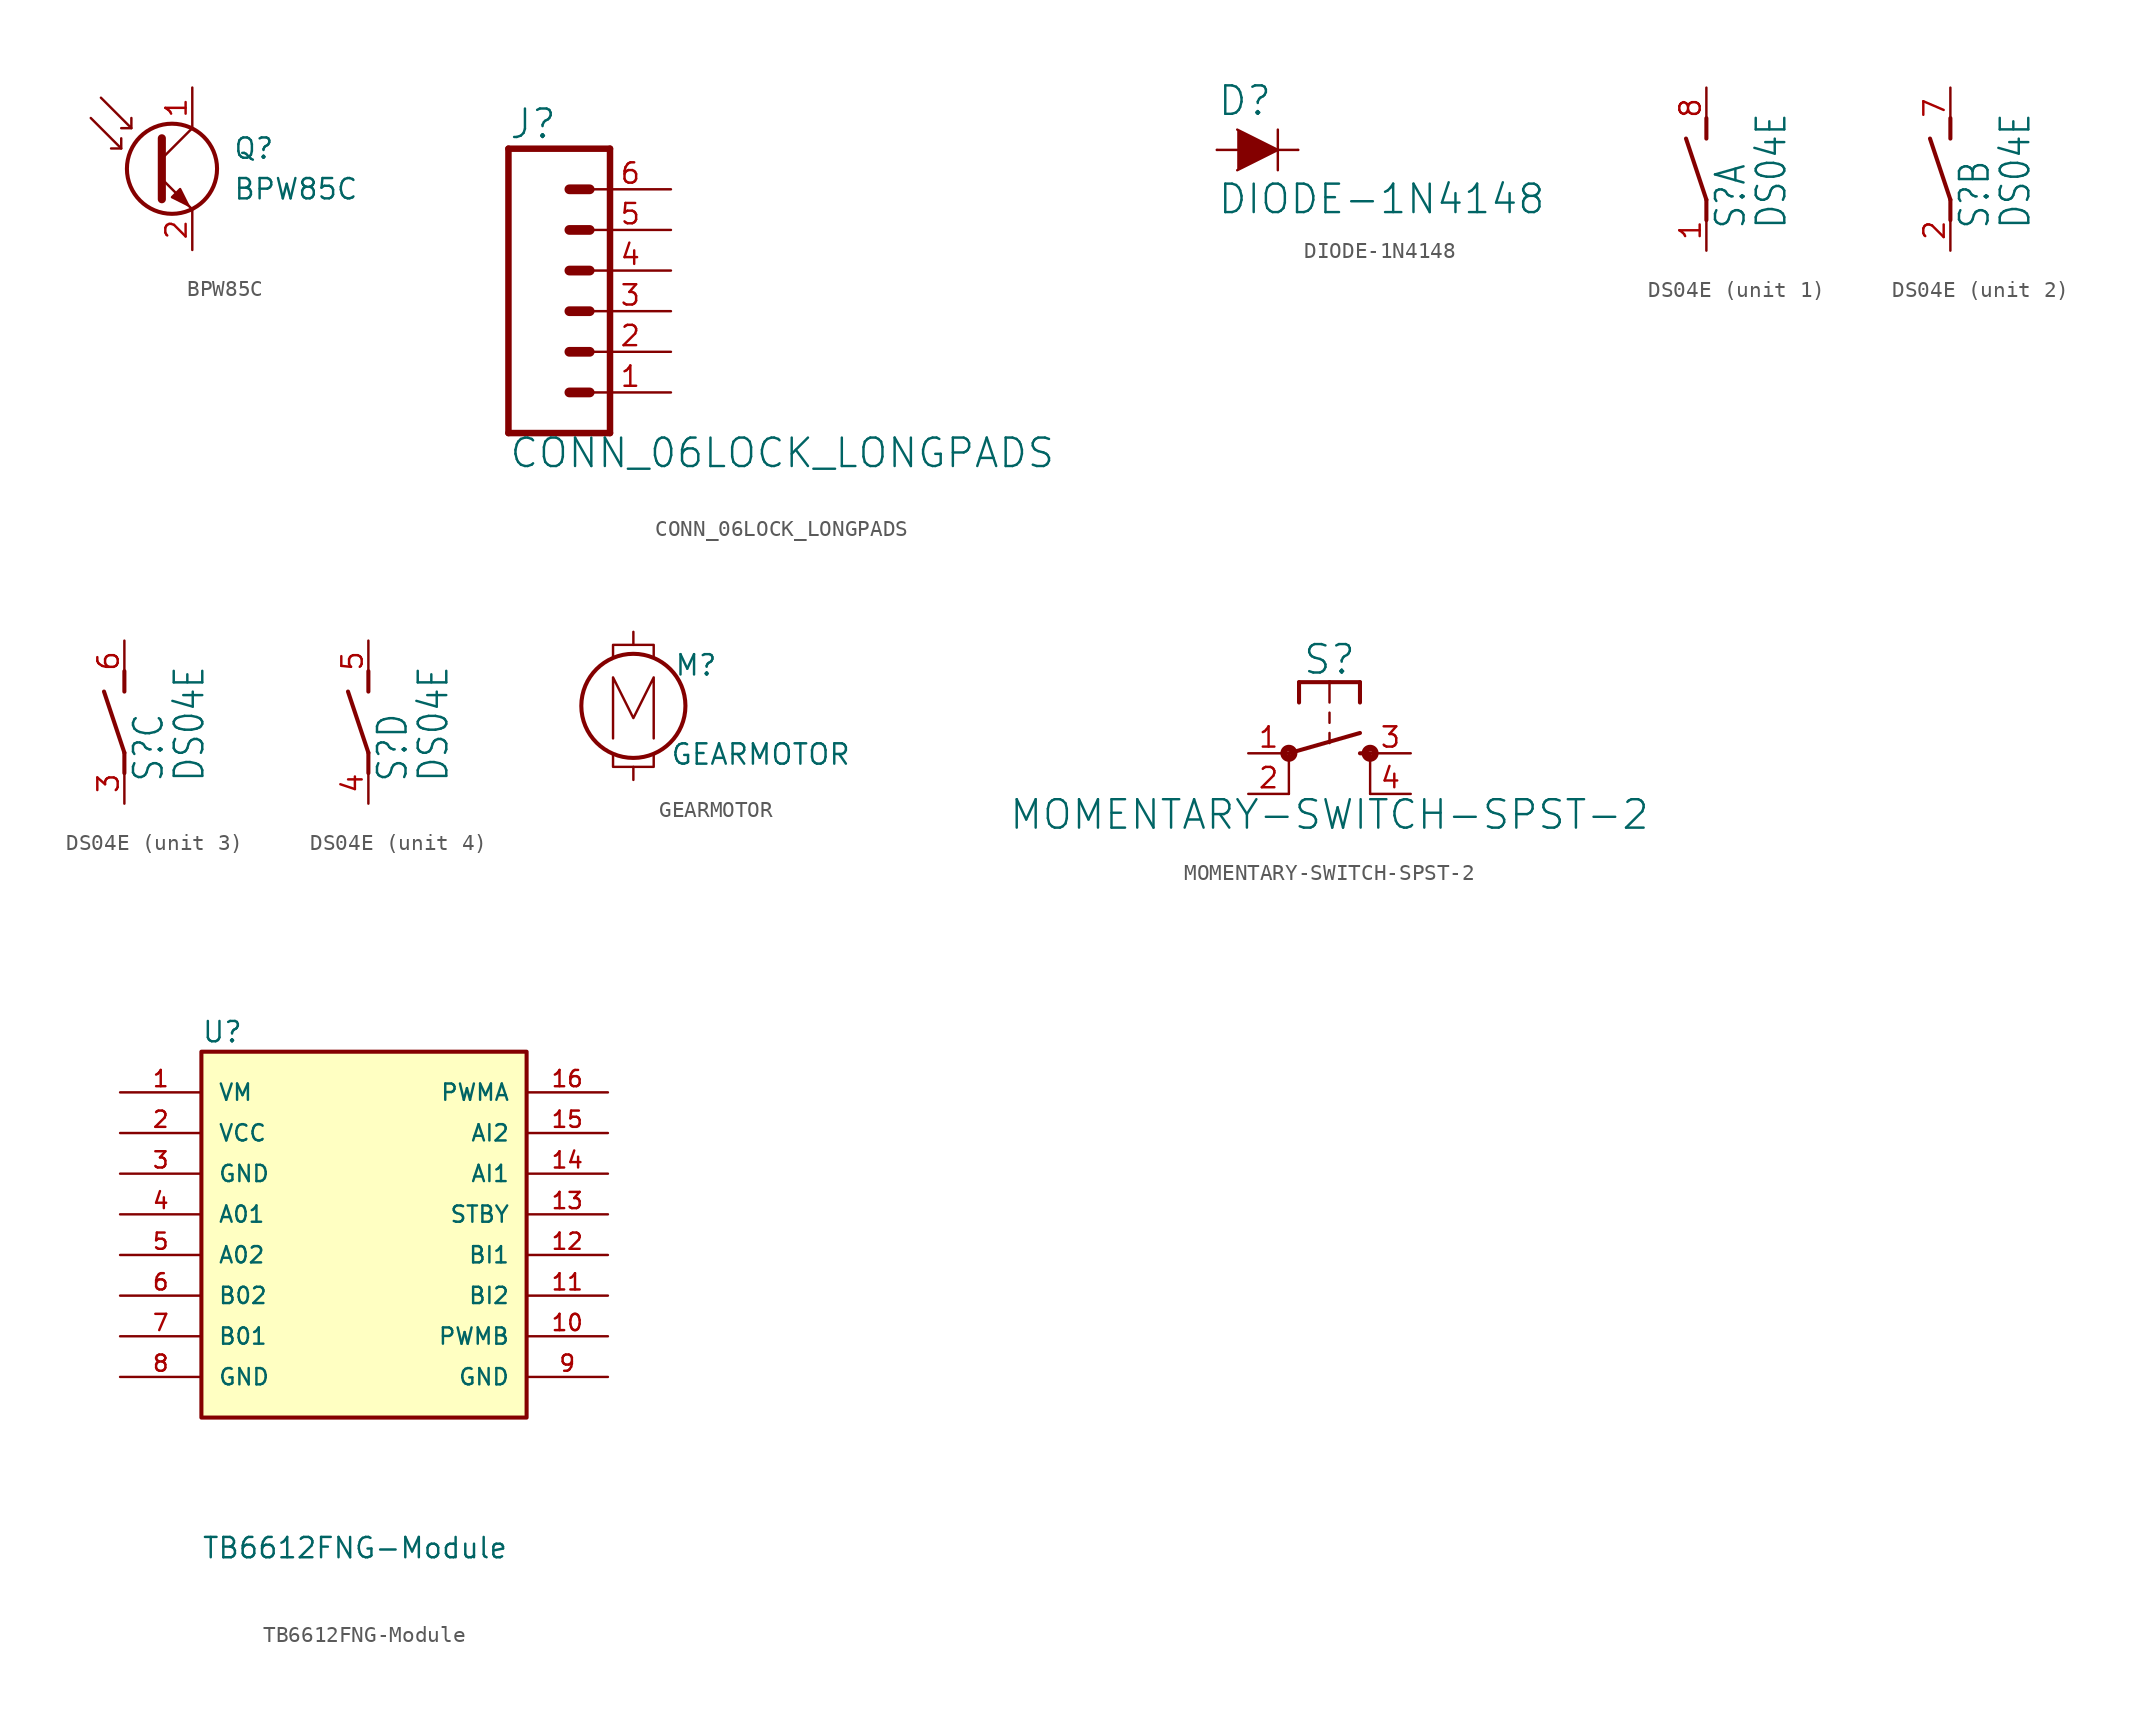
<source format=kicad_sym>
(kicad_symbol_lib
  (version 20211014)
  (generator kicad_symbol_editor)
  (symbol "BPW85C"
    (pin_names
      (offset 0) hide)
    (property "Reference" "Q"
      (at 5.08 1.27 0)
      (effects (font (size 1.27 1.27)) (justify left)))
    (property "Value" "BPW85C"
      (at 5.08 -1.27 0)
      (effects (font (size 1.27 1.27)) (justify left)))
    (symbol "BPW85C_0_1"
      (polyline (pts (xy -1.905 1.27) (xy -2.54 1.27)) (stroke (width 0) (type default) (color 0 0 0 0)) (fill (type none)))
      (polyline (pts (xy -1.27 2.54) (xy -1.905 2.54)) (stroke (width 0) (type default) (color 0 0 0 0)) (fill (type none)))
      (polyline (pts (xy 0.635 0.635) (xy 2.54 2.54)) (stroke (width 0) (type default) (color 0 0 0 0)) (fill (type none)))
      (polyline (pts (xy -3.81 3.175) (xy -1.905 1.27) (xy -1.905 1.905)) (stroke (width 0) (type default) (color 0 0 0 0)) (fill (type none)))
      (polyline (pts (xy -3.175 4.445) (xy -1.27 2.54) (xy -1.27 3.175)) (stroke (width 0) (type default) (color 0 0 0 0)) (fill (type none)))
      (polyline (pts (xy 0.635 -0.635) (xy 2.54 -2.54) (xy 2.54 -2.54)) (stroke (width 0) (type default) (color 0 0 0 0)) (fill (type none)))
      (polyline (pts (xy 0.635 1.905) (xy 0.635 -1.905) (xy 0.635 -1.905)) (stroke (width 0.508) (type default) (color 0 0 0 0)) (fill (type none)))
      (polyline (pts (xy 1.27 -1.778) (xy 1.778 -1.27) (xy 2.286 -2.286) (xy 1.27 -1.778) (xy 1.27 -1.778)) (stroke (width 0) (type default) (color 0 0 0 0)) (fill (type outline)))
      (circle (center 1.27 0) (radius 2.819) (stroke (width 0.254) (type default) (color 0 0 0 0)) (fill (type none))))
    (symbol "BPW85C_1_1"
      (pin passive line (at 2.54 5.08 270) (length 2.54) (name "C" (effects (font (size 1.27 1.27)))) (number "1" (effects (font (size 1.27 1.27)))))
      (pin passive line (at 2.54 -5.08 90) (length 2.54) (name "E" (effects (font (size 1.27 1.27)))) (number "2" (effects (font (size 1.27 1.27)))))))
  (symbol "CONN_06LOCK_LONGPADS"
    (property "Reference" "J"
      (at -5.08 10.668 0)
      (effects (font (size 1.778 1.778)) (justify left bottom)))
    (property "Value" "CONN_06LOCK_LONGPADS"
      (at -5.08 -9.906 0)
      (effects (font (size 1.778 1.778)) (justify left bottom)))
    (property "ki_locked" ""
      (at 0 0 0)
      (effects (font (size 1.27 1.27))))
    (symbol "CONN_06LOCK_LONGPADS_1_0"
      (polyline (pts (xy -5.08 10.16) (xy -5.08 -7.62)) (stroke (width 0.406) (type default) (color 0 0 0 0)) (fill (type none)))
      (polyline (pts (xy -5.08 10.16) (xy 1.27 10.16)) (stroke (width 0.406) (type default) (color 0 0 0 0)) (fill (type none)))
      (polyline (pts (xy -1.27 -5.08) (xy 0 -5.08)) (stroke (width 0.61) (type default) (color 0 0 0 0)) (fill (type none)))
      (polyline (pts (xy -1.27 -2.54) (xy 0 -2.54)) (stroke (width 0.61) (type default) (color 0 0 0 0)) (fill (type none)))
      (polyline (pts (xy -1.27 0) (xy 0 0)) (stroke (width 0.61) (type default) (color 0 0 0 0)) (fill (type none)))
      (polyline (pts (xy -1.27 2.54) (xy 0 2.54)) (stroke (width 0.61) (type default) (color 0 0 0 0)) (fill (type none)))
      (polyline (pts (xy -1.27 5.08) (xy 0 5.08)) (stroke (width 0.61) (type default) (color 0 0 0 0)) (fill (type none)))
      (polyline (pts (xy -1.27 7.62) (xy 0 7.62)) (stroke (width 0.61) (type default) (color 0 0 0 0)) (fill (type none)))
      (polyline (pts (xy 1.27 -7.62) (xy -5.08 -7.62)) (stroke (width 0.406) (type default) (color 0 0 0 0)) (fill (type none)))
      (polyline (pts (xy 1.27 -7.62) (xy 1.27 10.16)) (stroke (width 0.406) (type default) (color 0 0 0 0)) (fill (type none)))
      (pin passive line (at 5.08 -5.08 180) (length 5.08) (name "1" (effects (font (size 0 0)))) (number "1" (effects (font (size 1.27 1.27)))))
      (pin passive line (at 5.08 -2.54 180) (length 5.08) (name "2" (effects (font (size 0 0)))) (number "2" (effects (font (size 1.27 1.27)))))
      (pin passive line (at 5.08 0 180) (length 5.08) (name "3" (effects (font (size 0 0)))) (number "3" (effects (font (size 1.27 1.27)))))
      (pin passive line (at 5.08 2.54 180) (length 5.08) (name "4" (effects (font (size 0 0)))) (number "4" (effects (font (size 1.27 1.27)))))
      (pin passive line (at 5.08 5.08 180) (length 5.08) (name "5" (effects (font (size 0 0)))) (number "5" (effects (font (size 1.27 1.27)))))
      (pin passive line (at 5.08 7.62 180) (length 5.08) (name "6" (effects (font (size 0 0)))) (number "6" (effects (font (size 1.27 1.27)))))))
  (symbol "DIODE-1N4148"
    (property "Reference" "D"
      (at -2.54 2.032 0)
      (effects (font (size 1.778 1.778)) (justify left bottom)))
    (property "Value" "DIODE-1N4148"
      (at -2.54 -2.032 0)
      (effects (font (size 1.778 1.778)) (justify left top)))
    (property "ki_locked" ""
      (at 0 0 0)
      (effects (font (size 1.27 1.27))))
    (symbol "DIODE-1N4148_1_0"
      (polyline (pts (xy -2.54 0) (xy -1.27 0)) (stroke (width 0.152) (type default) (color 0 0 0 0)) (fill (type none)))
      (polyline (pts (xy 1.27 0) (xy 1.27 -1.27)) (stroke (width 0.152) (type default) (color 0 0 0 0)) (fill (type none)))
      (polyline (pts (xy 1.27 1.27) (xy 1.27 0)) (stroke (width 0.152) (type default) (color 0 0 0 0)) (fill (type none)))
      (polyline (pts (xy 2.54 0) (xy 1.27 0)) (stroke (width 0.152) (type default) (color 0 0 0 0)) (fill (type none)))
      (polyline (pts (xy -1.27 1.27) (xy 1.27 0) (xy -1.27 -1.27)) (stroke (width 0) (type default) (color 0 0 0 0)) (fill (type outline)))
      (pin passive line (at -2.54 0 0) (length 0) (name "A" (effects (font (size 0 0)))) (number "A" (effects (font (size 0 0)))))
      (pin passive line (at 2.54 0 180) (length 0) (name "C" (effects (font (size 0 0)))) (number "C" (effects (font (size 0 0)))))))
  (symbol "DS04E"
    (property "Reference" "S"
      (at 2.54 -3.81 90)
      (effects (font (size 1.778 1.511)) (justify left bottom)))
    (property "Value" "DS04E"
      (at 5.08 -3.81 90)
      (effects (font (size 1.778 1.511)) (justify left bottom)))
    (property "ki_locked" ""
      (at 0 0 0)
      (effects (font (size 1.27 1.27))))
    (symbol "DS04E_1_0"
      (polyline (pts (xy 0 -3.175) (xy 0 -1.905)) (stroke (width 0.254) (type default) (color 0 0 0 0)) (fill (type none)))
      (polyline (pts (xy 0 -1.905) (xy -1.27 1.905)) (stroke (width 0.254) (type default) (color 0 0 0 0)) (fill (type none)))
      (polyline (pts (xy 0 1.905) (xy 0 3.175)) (stroke (width 0.254) (type default) (color 0 0 0 0)) (fill (type none)))
      (pin passive line (at 0 -5.08 90) (length 2.54) (name "1" (effects (font (size 0 0)))) (number "1" (effects (font (size 1.27 1.27)))))
      (pin passive line (at 0 5.08 270) (length 2.54) (name "2" (effects (font (size 0 0)))) (number "8" (effects (font (size 1.27 1.27))))))
    (symbol "DS04E_2_0"
      (polyline (pts (xy 0 -3.175) (xy 0 -1.905)) (stroke (width 0.254) (type default) (color 0 0 0 0)) (fill (type none)))
      (polyline (pts (xy 0 -1.905) (xy -1.27 1.905)) (stroke (width 0.254) (type default) (color 0 0 0 0)) (fill (type none)))
      (polyline (pts (xy 0 1.905) (xy 0 3.175)) (stroke (width 0.254) (type default) (color 0 0 0 0)) (fill (type none)))
      (pin passive line (at 0 -5.08 90) (length 2.54) (name "1" (effects (font (size 0 0)))) (number "2" (effects (font (size 1.27 1.27)))))
      (pin passive line (at 0 5.08 270) (length 2.54) (name "2" (effects (font (size 0 0)))) (number "7" (effects (font (size 1.27 1.27))))))
    (symbol "DS04E_3_0"
      (polyline (pts (xy 0 -3.175) (xy 0 -1.905)) (stroke (width 0.254) (type default) (color 0 0 0 0)) (fill (type none)))
      (polyline (pts (xy 0 -1.905) (xy -1.27 1.905)) (stroke (width 0.254) (type default) (color 0 0 0 0)) (fill (type none)))
      (polyline (pts (xy 0 1.905) (xy 0 3.175)) (stroke (width 0.254) (type default) (color 0 0 0 0)) (fill (type none)))
      (pin passive line (at 0 -5.08 90) (length 2.54) (name "1" (effects (font (size 0 0)))) (number "3" (effects (font (size 1.27 1.27)))))
      (pin passive line (at 0 5.08 270) (length 2.54) (name "2" (effects (font (size 0 0)))) (number "6" (effects (font (size 1.27 1.27))))))
    (symbol "DS04E_4_0"
      (polyline (pts (xy 0 -3.175) (xy 0 -1.905)) (stroke (width 0.254) (type default) (color 0 0 0 0)) (fill (type none)))
      (polyline (pts (xy 0 -1.905) (xy -1.27 1.905)) (stroke (width 0.254) (type default) (color 0 0 0 0)) (fill (type none)))
      (polyline (pts (xy 0 1.905) (xy 0 3.175)) (stroke (width 0.254) (type default) (color 0 0 0 0)) (fill (type none)))
      (pin passive line (at 0 -5.08 90) (length 2.54) (name "1" (effects (font (size 0 0)))) (number "4" (effects (font (size 1.27 1.27)))))
      (pin passive line (at 0 5.08 270) (length 2.54) (name "2" (effects (font (size 0 0)))) (number "5" (effects (font (size 1.27 1.27)))))))
  (symbol "GEARMOTOR"
    (pin_names
      (offset 0))
    (property "Reference" "M"
      (at 2.54 2.54 0)
      (effects (font (size 1.27 1.27)) (justify left)))
    (property "Value" "GEARMOTOR"
      (at 2.286 -2.286 0)
      (effects (font (size 1.27 1.27)) (justify left top)))
    (symbol "GEARMOTOR_0_0"
      (polyline (pts (xy -1.27 -2.032) (xy -1.27 1.778) (xy 0 -0.762) (xy 1.27 1.778) (xy 1.27 -2.032)) (stroke (width 0) (type default) (color 0 0 0 0)) (fill (type none))))
    (symbol "GEARMOTOR_0_1"
      (polyline (pts (xy 0 -3.81) (xy 0 -4.623)) (stroke (width 0) (type default) (color 0 0 0 0)) (fill (type none)))
      (polyline (pts (xy 0 3.81) (xy 0 4.623)) (stroke (width 0) (type default) (color 0 0 0 0)) (fill (type none)))
      (polyline (pts (xy -1.27 3.048) (xy -1.27 3.81) (xy 1.27 3.81) (xy 1.27 3.048)) (stroke (width 0.152) (type default) (color 0 0 0 0)) (fill (type none)))
      (polyline (pts (xy 1.27 -3.048) (xy 1.27 -3.81) (xy -1.27 -3.81) (xy -1.27 -3.048)) (stroke (width 0.152) (type default) (color 0 0 0 0)) (fill (type none)))
      (circle (center 0 0) (radius 3.251) (stroke (width 0.254) (type default) (color 0 0 0 0)) (fill (type none)))))
  (symbol "MOMENTARY-SWITCH-SPST-2"
    (property "Reference" "S"
      (at 0 4.826 0)
      (effects (font (size 1.778 1.778)) (justify bottom)))
    (property "Value" "MOMENTARY-SWITCH-SPST-2"
      (at 0 -2.794 0)
      (effects (font (size 1.778 1.778)) (justify top)))
    (property "ki_locked" ""
      (at 0 0 0)
      (effects (font (size 1.27 1.27))))
    (symbol "MOMENTARY-SWITCH-SPST-2_1_0"
      (circle (center -2.54 0) (radius 0.127) (stroke (width 0.406) (type default) (color 0 0 0 0)) (fill (type none)))
      (polyline (pts (xy -2.54 -2.54) (xy -2.54 0)) (stroke (width 0.152) (type default) (color 0 0 0 0)) (fill (type none)))
      (polyline (pts (xy -2.54 0) (xy 1.905 1.27)) (stroke (width 0.254) (type default) (color 0 0 0 0)) (fill (type none)))
      (polyline (pts (xy -1.905 4.445) (xy -1.905 3.175)) (stroke (width 0.254) (type default) (color 0 0 0 0)) (fill (type none)))
      (polyline (pts (xy 0 1.27) (xy 0 0.635)) (stroke (width 0.152) (type default) (color 0 0 0 0)) (fill (type none)))
      (polyline (pts (xy 0 2.54) (xy 0 1.905)) (stroke (width 0.152) (type default) (color 0 0 0 0)) (fill (type none)))
      (polyline (pts (xy 0 4.445) (xy -1.905 4.445)) (stroke (width 0.254) (type default) (color 0 0 0 0)) (fill (type none)))
      (polyline (pts (xy 0 4.445) (xy 0 3.175)) (stroke (width 0.152) (type default) (color 0 0 0 0)) (fill (type none)))
      (polyline (pts (xy 1.905 0) (xy 2.54 0)) (stroke (width 0.254) (type default) (color 0 0 0 0)) (fill (type none)))
      (polyline (pts (xy 1.905 4.445) (xy 0 4.445)) (stroke (width 0.254) (type default) (color 0 0 0 0)) (fill (type none)))
      (polyline (pts (xy 1.905 4.445) (xy 1.905 3.175)) (stroke (width 0.254) (type default) (color 0 0 0 0)) (fill (type none)))
      (polyline (pts (xy 2.54 -2.54) (xy 2.54 0)) (stroke (width 0.152) (type default) (color 0 0 0 0)) (fill (type none)))
      (circle (center 2.54 0) (radius 0.127) (stroke (width 0.406) (type default) (color 0 0 0 0)) (fill (type none)))
      (pin passive line (at -5.08 0 0) (length 2.54) (name "1" (effects (font (size 0 0)))) (number "1" (effects (font (size 1.27 1.27)))))
      (pin passive line (at -5.08 -2.54 0) (length 2.54) (name "2" (effects (font (size 0 0)))) (number "2" (effects (font (size 1.27 1.27)))))
      (pin passive line (at 5.08 0 180) (length 2.54) (name "3" (effects (font (size 0 0)))) (number "3" (effects (font (size 1.27 1.27)))))
      (pin passive line (at 5.08 -2.54 180) (length 2.54) (name "4" (effects (font (size 0 0)))) (number "4" (effects (font (size 1.27 1.27)))))))
  (symbol "TB6612FNG-Module"
    (pin_names
      (offset 1.016))
    (property "Reference" "U"
      (at -10.16 17 0)
      (effects (font (size 1.27 1.27)) (justify left bottom)))
    (property "Value" "TB6612FNG-Module"
      (at -10.16 -15.24 0)
      (effects (font (size 1.27 1.27)) (justify left bottom)))
    (property "ki_locked" ""
      (at 0 0 0)
      (effects (font (size 1.27 1.27))))
    (symbol "TB6612FNG-Module_0_0"
      (rectangle (start -10.16 16.51) (end 10.16 -6.35) (stroke (width 0.254) (type default) (color 0 0 0 0)) (fill (type background)))
      (pin power_in line (at -15.24 13.97 0) (length 5.08) (name "VM" (effects (font (size 1.016 1.016)))) (number "1" (effects (font (size 1.016 1.016)))))
      (pin input line (at 15.24 -1.27 180) (length 5.08) (name "PWMB" (effects (font (size 1.016 1.016)))) (number "10" (effects (font (size 1.016 1.016)))))
      (pin input line (at 15.24 1.27 180) (length 5.08) (name "BI2" (effects (font (size 1.016 1.016)))) (number "11" (effects (font (size 1.016 1.016)))))
      (pin input line (at 15.24 3.81 180) (length 5.08) (name "BI1" (effects (font (size 1.016 1.016)))) (number "12" (effects (font (size 1.016 1.016)))))
      (pin input line (at 15.24 6.35 180) (length 5.08) (name "STBY" (effects (font (size 1.016 1.016)))) (number "13" (effects (font (size 1.016 1.016)))))
      (pin input line (at 15.24 8.89 180) (length 5.08) (name "AI1" (effects (font (size 1.016 1.016)))) (number "14" (effects (font (size 1.016 1.016)))))
      (pin input line (at 15.24 11.43 180) (length 5.08) (name "AI2" (effects (font (size 1.016 1.016)))) (number "15" (effects (font (size 1.016 1.016)))))
      (pin input line (at 15.24 13.97 180) (length 5.08) (name "PWMA" (effects (font (size 1.016 1.016)))) (number "16" (effects (font (size 1.016 1.016)))))
      (pin power_in line (at -15.24 11.43 0) (length 5.08) (name "VCC" (effects (font (size 1.016 1.016)))) (number "2" (effects (font (size 1.016 1.016)))))
      (pin power_in line (at -15.24 8.89 0) (length 5.08) (name "GND" (effects (font (size 1.016 1.016)))) (number "3" (effects (font (size 1.016 1.016)))))
      (pin output line (at -15.24 6.35 0) (length 5.08) (name "A01" (effects (font (size 1.016 1.016)))) (number "4" (effects (font (size 1.016 1.016)))))
      (pin output line (at -15.24 3.81 0) (length 5.08) (name "A02" (effects (font (size 1.016 1.016)))) (number "5" (effects (font (size 1.016 1.016)))))
      (pin output line (at -15.24 1.27 0) (length 5.08) (name "B02" (effects (font (size 1.016 1.016)))) (number "6" (effects (font (size 1.016 1.016)))))
      (pin output line (at -15.24 -1.27 0) (length 5.08) (name "B01" (effects (font (size 1.016 1.016)))) (number "7" (effects (font (size 1.016 1.016)))))
      (pin power_in line (at -15.24 -3.81 0) (length 5.08) (name "GND" (effects (font (size 1.016 1.016)))) (number "8" (effects (font (size 1.016 1.016)))))
      (pin power_in line (at 15.24 -3.81 180) (length 5.08) (name "GND" (effects (font (size 1.016 1.016)))) (number "9" (effects (font (size 1.016 1.016))))))))
</source>
